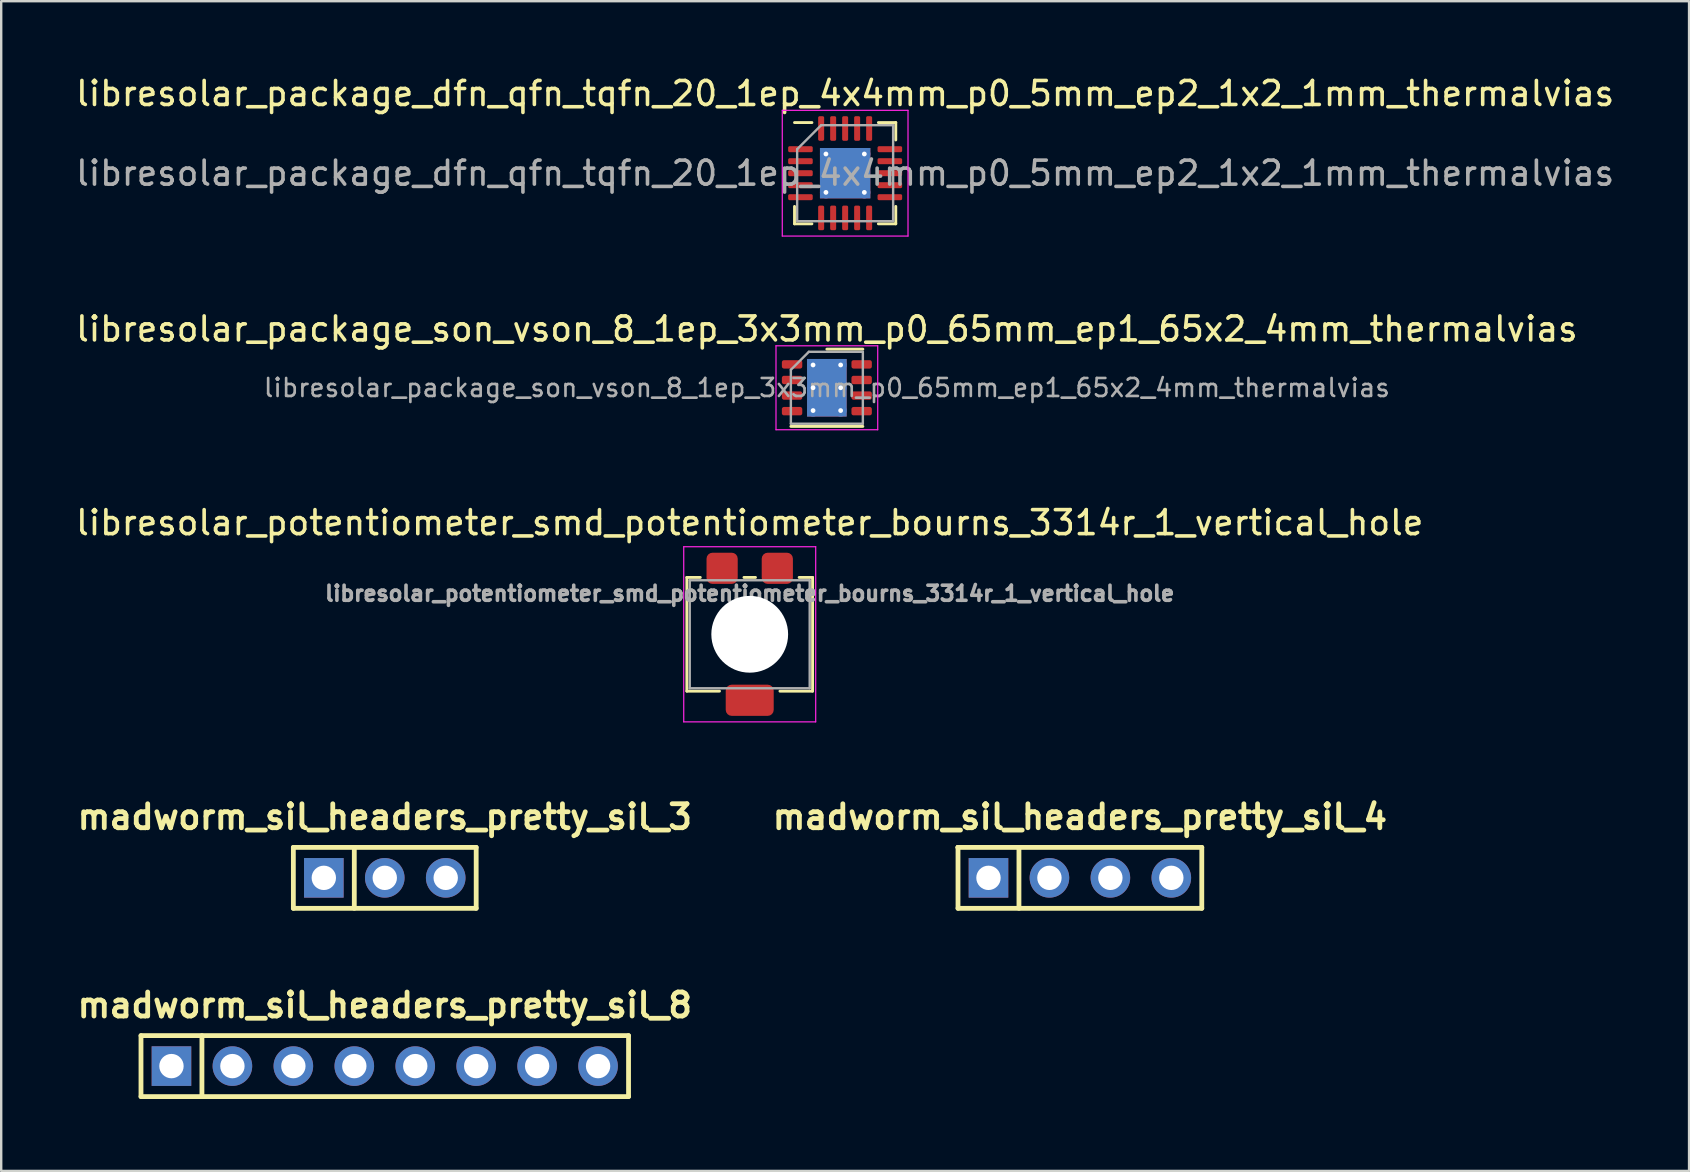
<source format=kicad_pcb>
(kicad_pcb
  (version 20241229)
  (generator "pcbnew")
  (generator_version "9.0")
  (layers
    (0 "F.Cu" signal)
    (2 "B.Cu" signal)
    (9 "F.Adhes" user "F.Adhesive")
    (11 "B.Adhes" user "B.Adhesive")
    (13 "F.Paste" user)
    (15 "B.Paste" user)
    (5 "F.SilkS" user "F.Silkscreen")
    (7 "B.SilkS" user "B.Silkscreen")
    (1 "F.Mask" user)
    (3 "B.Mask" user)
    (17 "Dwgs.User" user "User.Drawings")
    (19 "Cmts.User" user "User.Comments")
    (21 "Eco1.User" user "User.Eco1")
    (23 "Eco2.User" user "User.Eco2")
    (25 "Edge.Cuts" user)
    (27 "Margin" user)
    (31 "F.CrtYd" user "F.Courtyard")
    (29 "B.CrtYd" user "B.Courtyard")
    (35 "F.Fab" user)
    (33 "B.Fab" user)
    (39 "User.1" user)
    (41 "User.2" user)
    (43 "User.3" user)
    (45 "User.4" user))
  (footprint "libresolar_package_son_vson_8_1ep_3x3mm_p0_65mm_ep1_65x2_4mm_thermalvias"
    (layer "F.Cu")
    (at 31.411 13.111)
    (property "Reference" "libresolar_package_son_vson_8_1ep_3x3mm_p0_65mm_ep1_65x2_4mm_thermalvias" (at 0 -2.45 0) (layer "F.SilkS") (effects (font (size 1 1) (thickness 0.15))))
    (attr smd)
    (fp_line (start -1.5 1.61) (end 1.5 1.61) (stroke (width 0.12) (type solid)) (layer "F.SilkS"))
    (fp_line (start 0 -1.61) (end 1.5 -1.61) (stroke (width 0.12) (type solid)) (layer "F.SilkS"))
    (fp_line (start -2.12 -1.75) (end -2.12 1.75) (stroke (width 0.05) (type solid)) (layer "F.CrtYd"))
    (fp_line (start -2.12 1.75) (end 2.12 1.75) (stroke (width 0.05) (type solid)) (layer "F.CrtYd"))
    (fp_line (start 2.12 -1.75) (end -2.12 -1.75) (stroke (width 0.05) (type solid)) (layer "F.CrtYd"))
    (fp_line (start 2.12 1.75) (end 2.12 -1.75) (stroke (width 0.05) (type solid)) (layer "F.CrtYd"))
    (fp_line (start -1.5 -0.75) (end -0.75 -1.5) (stroke (width 0.1) (type solid)) (layer "F.Fab"))
    (fp_line (start -1.5 1.5) (end -1.5 -0.75) (stroke (width 0.1) (type solid)) (layer "F.Fab"))
    (fp_line (start -0.75 -1.5) (end 1.5 -1.5) (stroke (width 0.1) (type solid)) (layer "F.Fab"))
    (fp_line (start 1.5 -1.5) (end 1.5 1.5) (stroke (width 0.1) (type solid)) (layer "F.Fab"))
    (fp_line (start 1.5 1.5) (end -1.5 1.5) (stroke (width 0.1) (type solid)) (layer "F.Fab"))
    (fp_text user "${REFERENCE}" (at 0 0 0) (layer "F.Fab") (effects (font (size 0.75 0.75) (thickness 0.11))))
    (pad "1" smd roundrect (at -1.45 -0.975) (size 0.85 0.35) (layers "F.Cu" "F.Mask" "F.Paste") (roundrect_rratio 0.25))
    (pad "2" smd roundrect (at -1.45 -0.325) (size 0.85 0.35) (layers "F.Cu" "F.Mask" "F.Paste") (roundrect_rratio 0.25))
    (pad "3" smd roundrect (at -1.45 0.325) (size 0.85 0.35) (layers "F.Cu" "F.Mask" "F.Paste") (roundrect_rratio 0.25))
    (pad "4" smd roundrect (at -1.45 0.975) (size 0.85 0.35) (layers "F.Cu" "F.Mask" "F.Paste") (roundrect_rratio 0.25))
    (pad "5" smd roundrect (at 1.45 0.975) (size 0.85 0.35) (layers "F.Cu" "F.Mask" "F.Paste") (roundrect_rratio 0.25))
    (pad "6" smd roundrect (at 1.45 0.325) (size 0.85 0.35) (layers "F.Cu" "F.Mask" "F.Paste") (roundrect_rratio 0.25))
    (pad "7" smd roundrect (at 1.45 -0.325) (size 0.85 0.35) (layers "F.Cu" "F.Mask" "F.Paste") (roundrect_rratio 0.25))
    (pad "8" smd roundrect (at 1.45 -0.975) (size 0.85 0.35) (layers "F.Cu" "F.Mask" "F.Paste") (roundrect_rratio 0.25))
    (pad "9" thru_hole circle (at -0.575 -0.95) (size 0.5 0.5) (drill 0.2) (layers "*.Cu"))
    (pad "9" thru_hole circle (at -0.575 0) (size 0.5 0.5) (drill 0.2) (layers "*.Cu"))
    (pad "9" thru_hole circle (at -0.575 0.95) (size 0.5 0.5) (drill 0.2) (layers "*.Cu"))
    (pad "9" smd rect (at 0 0) (size 1.65 2.4) (layers "F.Cu" "F.Mask"))
    (pad "9" smd rect (at 0 0) (size 1.65 2.4) (layers "B.Cu"))
    (pad "9" thru_hole circle (at 0.575 -0.95) (size 0.5 0.5) (drill 0.2) (layers "*.Cu"))
    (pad "9" thru_hole circle (at 0.575 0) (size 0.5 0.5) (drill 0.2) (layers "*.Cu"))
    (pad "9" thru_hole circle (at 0.575 0.95) (size 0.5 0.5) (drill 0.2) (layers "*.Cu")))
  (footprint "madworm_sil_headers_pretty_sil_4"
    (layer "F.Cu")
    (at 41.957 33.536)
    (property "Reference" "madworm_sil_headers_pretty_sil_4" (at 0 -2.54 0) (layer "F.SilkS") (effects (font (size 1 1) (thickness 0.2))))
    (attr through_hole)
    (fp_line (start -5.08 -1.27) (end -5.08 -1.27) (stroke (width 0.2) (type solid)) (layer "F.SilkS"))
    (fp_line (start -5.08 -1.27) (end -5.08 -1.27) (stroke (width 0.2) (type solid)) (layer "F.SilkS"))
    (fp_line (start -5.08 -1.27) (end 5.08 -1.27) (stroke (width 0.2) (type solid)) (layer "F.SilkS"))
    (fp_line (start -5.08 1.27) (end -5.08 -1.27) (stroke (width 0.2) (type solid)) (layer "F.SilkS"))
    (fp_line (start -2.54 1.27) (end -2.54 -1.27) (stroke (width 0.2) (type solid)) (layer "F.SilkS"))
    (fp_line (start 5.08 -1.27) (end 5.08 1.27) (stroke (width 0.2) (type solid)) (layer "F.SilkS"))
    (fp_line (start 5.08 1.27) (end -5.08 1.27) (stroke (width 0.2) (type solid)) (layer "F.SilkS"))
    (pad "1" thru_hole rect (at -3.81 0) (size 1.65 1.65) (drill 1.016) (layers "*.Cu" "*.Mask"))
    (pad "2" thru_hole circle (at -1.27 0) (size 1.65 1.65) (drill 1.016) (layers "*.Cu" "*.Mask"))
    (pad "3" thru_hole circle (at 1.27 0) (size 1.65 1.65) (drill 1.016) (layers "*.Cu" "*.Mask"))
    (pad "4" thru_hole circle (at 3.81 0) (size 1.65 1.65) (drill 1.016) (layers "*.Cu" "*.Mask")))
  (footprint "madworm_sil_headers_pretty_sil_8"
    (layer "F.Cu")
    (at 12.986 41.382)
    (property "Reference" "madworm_sil_headers_pretty_sil_8" (at 0 -2.54 0) (layer "F.SilkS") (effects (font (size 1 1) (thickness 0.2))))
    (attr through_hole)
    (fp_line (start -10.16 -1.27) (end 10.16 -1.27) (stroke (width 0.2) (type solid)) (layer "F.SilkS"))
    (fp_line (start -10.16 1.27) (end -10.16 -1.27) (stroke (width 0.2) (type solid)) (layer "F.SilkS"))
    (fp_line (start -10.16 1.27) (end 10.16 1.27) (stroke (width 0.2) (type solid)) (layer "F.SilkS"))
    (fp_line (start -7.62 -1.27) (end -7.62 1.27) (stroke (width 0.2) (type solid)) (layer "F.SilkS"))
    (fp_line (start 10.16 -1.27) (end 10.16 1.27) (stroke (width 0.2) (type solid)) (layer "F.SilkS"))
    (pad "1" thru_hole rect (at -8.89 0) (size 1.65 1.65) (drill 1.016) (layers "*.Cu" "*.Mask"))
    (pad "2" thru_hole circle (at -6.35 0) (size 1.65 1.65) (drill 1.016) (layers "*.Cu" "*.Mask"))
    (pad "3" thru_hole circle (at -3.81 0) (size 1.65 1.65) (drill 1.016) (layers "*.Cu" "*.Mask"))
    (pad "4" thru_hole circle (at -1.27 0) (size 1.65 1.65) (drill 1.016) (layers "*.Cu" "*.Mask"))
    (pad "5" thru_hole circle (at 1.27 0) (size 1.65 1.65) (drill 1.016) (layers "*.Cu" "*.Mask"))
    (pad "6" thru_hole circle (at 3.81 0) (size 1.65 1.65) (drill 1.016) (layers "*.Cu" "*.Mask"))
    (pad "7" thru_hole circle (at 6.35 0) (size 1.65 1.65) (drill 1.016) (layers "*.Cu" "*.Mask"))
    (pad "8" thru_hole circle (at 8.89 0) (size 1.65 1.65) (drill 1.016) (layers "*.Cu" "*.Mask")))
  (footprint "libresolar_potentiometer_smd_potentiometer_bourns_3314r_1_vertical_hole"
    (layer "F.Cu")
    (at 28.196 23.385)
    (property "Reference" "libresolar_potentiometer_smd_potentiometer_bourns_3314r_1_vertical_hole" (at 0 -4.65 0) (layer "F.SilkS") (effects (font (size 1 1) (thickness 0.15))))
    (attr smd)
    (fp_line (start -2.62 -2.37) (end -2.62 2.37) (stroke (width 0.12) (type solid)) (layer "F.SilkS"))
    (fp_line (start -2.62 -2.37) (end -2.06 -2.37) (stroke (width 0.12) (type solid)) (layer "F.SilkS"))
    (fp_line (start -2.62 2.37) (end -1.26 2.37) (stroke (width 0.12) (type solid)) (layer "F.SilkS"))
    (fp_line (start -0.24 -2.37) (end 0.24 -2.37) (stroke (width 0.12) (type solid)) (layer "F.SilkS"))
    (fp_line (start 1.26 2.37) (end 2.62 2.37) (stroke (width 0.12) (type solid)) (layer "F.SilkS"))
    (fp_line (start 2.06 -2.37) (end 2.62 -2.37) (stroke (width 0.12) (type solid)) (layer "F.SilkS"))
    (fp_line (start 2.62 -2.37) (end 2.62 2.37) (stroke (width 0.12) (type solid)) (layer "F.SilkS"))
    (fp_line (start -2.75 -3.65) (end -2.75 3.65) (stroke (width 0.05) (type solid)) (layer "F.CrtYd"))
    (fp_line (start -2.75 3.65) (end 2.75 3.65) (stroke (width 0.05) (type solid)) (layer "F.CrtYd"))
    (fp_line (start 2.75 -3.65) (end -2.75 -3.65) (stroke (width 0.05) (type solid)) (layer "F.CrtYd"))
    (fp_line (start 2.75 3.65) (end 2.75 -3.65) (stroke (width 0.05) (type solid)) (layer "F.CrtYd"))
    (fp_line (start -2.5 -2.25) (end -2.5 2.25) (stroke (width 0.1) (type solid)) (layer "F.Fab"))
    (fp_line (start -2.5 2.25) (end 2.5 2.25) (stroke (width 0.1) (type solid)) (layer "F.Fab"))
    (fp_line (start 2.5 -2.25) (end -2.5 -2.25) (stroke (width 0.1) (type solid)) (layer "F.Fab"))
    (fp_line (start 2.5 2.25) (end 2.5 -2.25) (stroke (width 0.1) (type solid)) (layer "F.Fab"))
    (fp_text user "${REFERENCE}" (at 0 -1.7 0) (layer "F.Fab") (effects (font (size 0.63 0.63) (thickness 0.15))))
    (pad "" np_thru_hole circle (at 0 0) (size 3.2 3.2) (drill 3.2) (layers "*.Cu" "*.Mask"))
    (pad "1" smd roundrect (at -1.15 -2.75) (size 1.3 1.3) (layers "F.Cu" "F.Mask" "F.Paste") (roundrect_rratio 0.192))
    (pad "2" smd roundrect (at 0 2.75) (size 2 1.3) (layers "F.Cu" "F.Mask" "F.Paste") (roundrect_rratio 0.192))
    (pad "3" smd roundrect (at 1.15 -2.75) (size 1.3 1.3) (layers "F.Cu" "F.Mask" "F.Paste") (roundrect_rratio 0.192)))
  (footprint "libresolar_package_dfn_qfn_tqfn_20_1ep_4x4mm_p0_5mm_ep2_1x2_1mm_thermalvias"
    (layer "F.Cu")
    (at 32.173 4.168)
    (property "Reference" "libresolar_package_dfn_qfn_tqfn_20_1ep_4x4mm_p0_5mm_ep2_1x2_1mm_thermalvias" (at 0 -3.32 0) (layer "F.SilkS") (effects (font (size 1 1) (thickness 0.15))))
    (attr smd)
    (fp_line (start -2.11 2.11) (end -2.11 1.385) (stroke (width 0.12) (type solid)) (layer "F.SilkS"))
    (fp_line (start -1.385 -2.11) (end -2.11 -2.11) (stroke (width 0.12) (type solid)) (layer "F.SilkS"))
    (fp_line (start -1.385 2.11) (end -2.11 2.11) (stroke (width 0.12) (type solid)) (layer "F.SilkS"))
    (fp_line (start 1.385 -2.11) (end 2.11 -2.11) (stroke (width 0.12) (type solid)) (layer "F.SilkS"))
    (fp_line (start 1.385 2.11) (end 2.11 2.11) (stroke (width 0.12) (type solid)) (layer "F.SilkS"))
    (fp_line (start 2.11 -2.11) (end 2.11 -1.385) (stroke (width 0.12) (type solid)) (layer "F.SilkS"))
    (fp_line (start 2.11 2.11) (end 2.11 1.385) (stroke (width 0.12) (type solid)) (layer "F.SilkS"))
    (fp_line (start -2.62 -2.62) (end -2.62 2.62) (stroke (width 0.05) (type solid)) (layer "F.CrtYd"))
    (fp_line (start -2.62 2.62) (end 2.62 2.62) (stroke (width 0.05) (type solid)) (layer "F.CrtYd"))
    (fp_line (start 2.62 -2.62) (end -2.62 -2.62) (stroke (width 0.05) (type solid)) (layer "F.CrtYd"))
    (fp_line (start 2.62 2.62) (end 2.62 -2.62) (stroke (width 0.05) (type solid)) (layer "F.CrtYd"))
    (fp_line (start -2 -1) (end -1 -2) (stroke (width 0.1) (type solid)) (layer "F.Fab"))
    (fp_line (start -2 2) (end -2 -1) (stroke (width 0.1) (type solid)) (layer "F.Fab"))
    (fp_line (start -1 -2) (end 2 -2) (stroke (width 0.1) (type solid)) (layer "F.Fab"))
    (fp_line (start 2 -2) (end 2 2) (stroke (width 0.1) (type solid)) (layer "F.Fab"))
    (fp_line (start 2 2) (end -2 2) (stroke (width 0.1) (type solid)) (layer "F.Fab"))
    (fp_text user "${REFERENCE}" (at 0 0 0) (layer "F.Fab") (effects (font (size 1 1) (thickness 0.15))))
    (pad "" smd roundrect (at -0.525 -0.525) (size 0.91 0.91) (layers "F.Paste") (roundrect_rratio 0.25))
    (pad "" smd roundrect (at -0.525 0.525) (size 0.91 0.91) (layers "F.Paste") (roundrect_rratio 0.25))
    (pad "" smd roundrect (at 0.525 -0.525) (size 0.91 0.91) (layers "F.Paste") (roundrect_rratio 0.25))
    (pad "" smd roundrect (at 0.525 0.525) (size 0.91 0.91) (layers "F.Paste") (roundrect_rratio 0.25))
    (pad "1" smd roundrect (at -1.863 -1) (size 1.025 0.25) (layers "F.Cu" "F.Mask" "F.Paste") (roundrect_rratio 0.25))
    (pad "2" smd roundrect (at -1.863 -0.5) (size 1.025 0.25) (layers "F.Cu" "F.Mask" "F.Paste") (roundrect_rratio 0.25))
    (pad "3" smd roundrect (at -1.863 0) (size 1.025 0.25) (layers "F.Cu" "F.Mask" "F.Paste") (roundrect_rratio 0.25))
    (pad "4" smd roundrect (at -1.863 0.5) (size 1.025 0.25) (layers "F.Cu" "F.Mask" "F.Paste") (roundrect_rratio 0.25))
    (pad "5" smd roundrect (at -1.863 1) (size 1.025 0.25) (layers "F.Cu" "F.Mask" "F.Paste") (roundrect_rratio 0.25))
    (pad "6" smd roundrect (at -1 1.863) (size 0.25 1.025) (layers "F.Cu" "F.Mask" "F.Paste") (roundrect_rratio 0.25))
    (pad "7" smd roundrect (at -0.5 1.863) (size 0.25 1.025) (layers "F.Cu" "F.Mask" "F.Paste") (roundrect_rratio 0.25))
    (pad "8" smd roundrect (at 0 1.863) (size 0.25 1.025) (layers "F.Cu" "F.Mask" "F.Paste") (roundrect_rratio 0.25))
    (pad "9" smd roundrect (at 0.5 1.863) (size 0.25 1.025) (layers "F.Cu" "F.Mask" "F.Paste") (roundrect_rratio 0.25))
    (pad "10" smd roundrect (at 1 1.863) (size 0.25 1.025) (layers "F.Cu" "F.Mask" "F.Paste") (roundrect_rratio 0.25))
    (pad "11" smd roundrect (at 1.863 1) (size 1.025 0.25) (layers "F.Cu" "F.Mask" "F.Paste") (roundrect_rratio 0.25))
    (pad "12" smd roundrect (at 1.863 0.5) (size 1.025 0.25) (layers "F.Cu" "F.Mask" "F.Paste") (roundrect_rratio 0.25))
    (pad "13" smd roundrect (at 1.863 0) (size 1.025 0.25) (layers "F.Cu" "F.Mask" "F.Paste") (roundrect_rratio 0.25))
    (pad "14" smd roundrect (at 1.863 -0.5) (size 1.025 0.25) (layers "F.Cu" "F.Mask" "F.Paste") (roundrect_rratio 0.25))
    (pad "15" smd roundrect (at 1.863 -1) (size 1.025 0.25) (layers "F.Cu" "F.Mask" "F.Paste") (roundrect_rratio 0.25))
    (pad "16" smd roundrect (at 1 -1.863) (size 0.25 1.025) (layers "F.Cu" "F.Mask" "F.Paste") (roundrect_rratio 0.25))
    (pad "17" smd roundrect (at 0.5 -1.863) (size 0.25 1.025) (layers "F.Cu" "F.Mask" "F.Paste") (roundrect_rratio 0.25))
    (pad "18" smd roundrect (at 0 -1.863) (size 0.25 1.025) (layers "F.Cu" "F.Mask" "F.Paste") (roundrect_rratio 0.25))
    (pad "19" smd roundrect (at -0.5 -1.863) (size 0.25 1.025) (layers "F.Cu" "F.Mask" "F.Paste") (roundrect_rratio 0.25))
    (pad "20" smd roundrect (at -1 -1.863) (size 0.25 1.025) (layers "F.Cu" "F.Mask" "F.Paste") (roundrect_rratio 0.25))
    (pad "21" thru_hole circle (at -0.8 -0.8) (size 0.5 0.5) (drill 0.2) (layers "*.Cu"))
    (pad "21" thru_hole circle (at -0.8 0.8) (size 0.5 0.5) (drill 0.2) (layers "*.Cu"))
    (pad "21" smd rect (at 0 0) (size 2.1 2.1) (layers "F.Cu" "F.Mask"))
    (pad "21" smd rect (at 0 0) (size 2.1 2.1) (layers "B.Cu"))
    (pad "21" thru_hole circle (at 0.8 -0.8) (size 0.5 0.5) (drill 0.2) (layers "*.Cu"))
    (pad "21" thru_hole circle (at 0.8 0.8) (size 0.5 0.5) (drill 0.2) (layers "*.Cu")))
  (footprint "madworm_sil_headers_pretty_sil_3"
    (layer "F.Cu")
    (at 12.986 33.536)
    (property "Reference" "madworm_sil_headers_pretty_sil_3" (at 0 -2.54 0) (layer "F.SilkS") (effects (font (size 1 1) (thickness 0.2))))
    (attr through_hole)
    (fp_line (start -3.81 -1.27) (end 3.81 -1.27) (stroke (width 0.2) (type solid)) (layer "F.SilkS"))
    (fp_line (start -3.81 1.27) (end -3.81 -1.27) (stroke (width 0.2) (type solid)) (layer "F.SilkS"))
    (fp_line (start -1.27 -1.27) (end -1.27 1.27) (stroke (width 0.2) (type solid)) (layer "F.SilkS"))
    (fp_line (start 3.81 -1.27) (end 3.81 1.27) (stroke (width 0.2) (type solid)) (layer "F.SilkS"))
    (fp_line (start 3.81 1.27) (end -3.81 1.27) (stroke (width 0.2) (type solid)) (layer "F.SilkS"))
    (pad "1" thru_hole rect (at -2.54 0) (size 1.65 1.65) (drill 1.016) (layers "*.Cu" "*.Mask"))
    (pad "2" thru_hole circle (at 0 0) (size 1.65 1.65) (drill 1.016) (layers "*.Cu" "*.Mask"))
    (pad "3" thru_hole circle (at 2.54 0) (size 1.65 1.65) (drill 1.016) (layers "*.Cu" "*.Mask")))
  (gr_rect
    (start -3 -3)
    (end 67.345 45.752)
    (stroke (width 0.1) (type default))
    (fill no)
    (layer "Edge.Cuts")))
</source>
